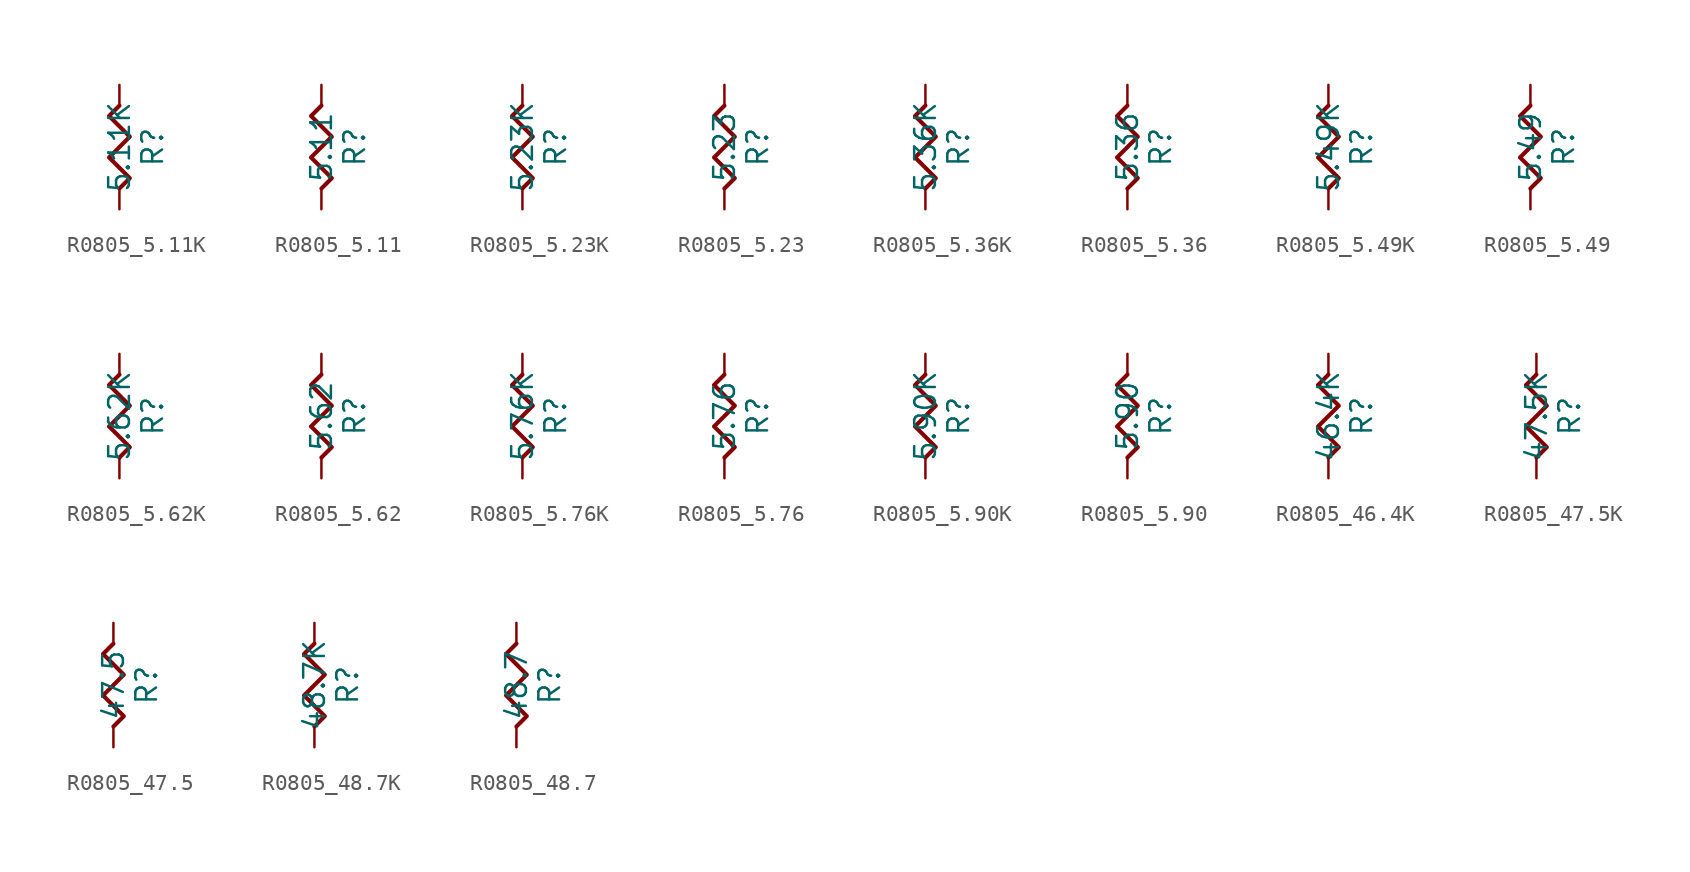
<source format=kicad_sym>
(kicad_symbol_lib
  (version 20211014)
  (generator atlantix-eda)
  (symbol "R0805_5.11K"
    (pin_numbers hide)
    (pin_names
      (offset 0))
    (property "Reference" "R"
      (at 2.032 0 90)
      (effects (font (size 1.27 1.27))))
    (property "Value" "5.11K"
      (at 0 0 90)
      (effects (font (size 1.27 1.27))))
    (symbol "R0805_5.11K_0_1"
      (polyline (pts (xy 0 -2.54) (xy 0.635 -1.905) (xy -0.635 -0.635) (xy 0.635 0.635) (xy -0.635 1.905) (xy 0 2.54)) (stroke (width 0.254) (type default) (color 0 0 0 0)) (fill (type none))))
    (symbol "R0805_5.11K_1_1"
      (pin passive line (at 0 3.81 270) (length 1.27) (name "~" (effects (font (size 1.27 1.27)))) (number "1" (effects (font (size 1.27 1.27)))))
      (pin passive line (at 0 -3.81 90) (length 1.27) (name "~" (effects (font (size 1.27 1.27)))) (number "2" (effects (font (size 1.27 1.27)))))))
  (symbol "R0805_5.11"
    (pin_numbers hide)
    (pin_names
      (offset 0))
    (property "Reference" "R"
      (at 2.032 0 90)
      (effects (font (size 1.27 1.27))))
    (property "Value" "5.11"
      (at 0 0 90)
      (effects (font (size 1.27 1.27))))
    (symbol "R0805_5.11_0_1"
      (polyline (pts (xy 0 -2.54) (xy 0.635 -1.905) (xy -0.635 -0.635) (xy 0.635 0.635) (xy -0.635 1.905) (xy 0 2.54)) (stroke (width 0.254) (type default) (color 0 0 0 0)) (fill (type none))))
    (symbol "R0805_5.11_1_1"
      (pin passive line (at 0 3.81 270) (length 1.27) (name "~" (effects (font (size 1.27 1.27)))) (number "1" (effects (font (size 1.27 1.27)))))
      (pin passive line (at 0 -3.81 90) (length 1.27) (name "~" (effects (font (size 1.27 1.27)))) (number "2" (effects (font (size 1.27 1.27)))))))
  (symbol "R0805_5.23K"
    (pin_numbers hide)
    (pin_names
      (offset 0))
    (property "Reference" "R"
      (at 2.032 0 90)
      (effects (font (size 1.27 1.27))))
    (property "Value" "5.23K"
      (at 0 0 90)
      (effects (font (size 1.27 1.27))))
    (symbol "R0805_5.23K_0_1"
      (polyline (pts (xy 0 -2.54) (xy 0.635 -1.905) (xy -0.635 -0.635) (xy 0.635 0.635) (xy -0.635 1.905) (xy 0 2.54)) (stroke (width 0.254) (type default) (color 0 0 0 0)) (fill (type none))))
    (symbol "R0805_5.23K_1_1"
      (pin passive line (at 0 3.81 270) (length 1.27) (name "~" (effects (font (size 1.27 1.27)))) (number "1" (effects (font (size 1.27 1.27)))))
      (pin passive line (at 0 -3.81 90) (length 1.27) (name "~" (effects (font (size 1.27 1.27)))) (number "2" (effects (font (size 1.27 1.27)))))))
  (symbol "R0805_5.23"
    (pin_numbers hide)
    (pin_names
      (offset 0))
    (property "Reference" "R"
      (at 2.032 0 90)
      (effects (font (size 1.27 1.27))))
    (property "Value" "5.23"
      (at 0 0 90)
      (effects (font (size 1.27 1.27))))
    (symbol "R0805_5.23_0_1"
      (polyline (pts (xy 0 -2.54) (xy 0.635 -1.905) (xy -0.635 -0.635) (xy 0.635 0.635) (xy -0.635 1.905) (xy 0 2.54)) (stroke (width 0.254) (type default) (color 0 0 0 0)) (fill (type none))))
    (symbol "R0805_5.23_1_1"
      (pin passive line (at 0 3.81 270) (length 1.27) (name "~" (effects (font (size 1.27 1.27)))) (number "1" (effects (font (size 1.27 1.27)))))
      (pin passive line (at 0 -3.81 90) (length 1.27) (name "~" (effects (font (size 1.27 1.27)))) (number "2" (effects (font (size 1.27 1.27)))))))
  (symbol "R0805_5.36K"
    (pin_numbers hide)
    (pin_names
      (offset 0))
    (property "Reference" "R"
      (at 2.032 0 90)
      (effects (font (size 1.27 1.27))))
    (property "Value" "5.36K"
      (at 0 0 90)
      (effects (font (size 1.27 1.27))))
    (symbol "R0805_5.36K_0_1"
      (polyline (pts (xy 0 -2.54) (xy 0.635 -1.905) (xy -0.635 -0.635) (xy 0.635 0.635) (xy -0.635 1.905) (xy 0 2.54)) (stroke (width 0.254) (type default) (color 0 0 0 0)) (fill (type none))))
    (symbol "R0805_5.36K_1_1"
      (pin passive line (at 0 3.81 270) (length 1.27) (name "~" (effects (font (size 1.27 1.27)))) (number "1" (effects (font (size 1.27 1.27)))))
      (pin passive line (at 0 -3.81 90) (length 1.27) (name "~" (effects (font (size 1.27 1.27)))) (number "2" (effects (font (size 1.27 1.27)))))))
  (symbol "R0805_5.36"
    (pin_numbers hide)
    (pin_names
      (offset 0))
    (property "Reference" "R"
      (at 2.032 0 90)
      (effects (font (size 1.27 1.27))))
    (property "Value" "5.36"
      (at 0 0 90)
      (effects (font (size 1.27 1.27))))
    (symbol "R0805_5.36_0_1"
      (polyline (pts (xy 0 -2.54) (xy 0.635 -1.905) (xy -0.635 -0.635) (xy 0.635 0.635) (xy -0.635 1.905) (xy 0 2.54)) (stroke (width 0.254) (type default) (color 0 0 0 0)) (fill (type none))))
    (symbol "R0805_5.36_1_1"
      (pin passive line (at 0 3.81 270) (length 1.27) (name "~" (effects (font (size 1.27 1.27)))) (number "1" (effects (font (size 1.27 1.27)))))
      (pin passive line (at 0 -3.81 90) (length 1.27) (name "~" (effects (font (size 1.27 1.27)))) (number "2" (effects (font (size 1.27 1.27)))))))
  (symbol "R0805_5.49K"
    (pin_numbers hide)
    (pin_names
      (offset 0))
    (property "Reference" "R"
      (at 2.032 0 90)
      (effects (font (size 1.27 1.27))))
    (property "Value" "5.49K"
      (at 0 0 90)
      (effects (font (size 1.27 1.27))))
    (symbol "R0805_5.49K_0_1"
      (polyline (pts (xy 0 -2.54) (xy 0.635 -1.905) (xy -0.635 -0.635) (xy 0.635 0.635) (xy -0.635 1.905) (xy 0 2.54)) (stroke (width 0.254) (type default) (color 0 0 0 0)) (fill (type none))))
    (symbol "R0805_5.49K_1_1"
      (pin passive line (at 0 3.81 270) (length 1.27) (name "~" (effects (font (size 1.27 1.27)))) (number "1" (effects (font (size 1.27 1.27)))))
      (pin passive line (at 0 -3.81 90) (length 1.27) (name "~" (effects (font (size 1.27 1.27)))) (number "2" (effects (font (size 1.27 1.27)))))))
  (symbol "R0805_5.49"
    (pin_numbers hide)
    (pin_names
      (offset 0))
    (property "Reference" "R"
      (at 2.032 0 90)
      (effects (font (size 1.27 1.27))))
    (property "Value" "5.49"
      (at 0 0 90)
      (effects (font (size 1.27 1.27))))
    (symbol "R0805_5.49_0_1"
      (polyline (pts (xy 0 -2.54) (xy 0.635 -1.905) (xy -0.635 -0.635) (xy 0.635 0.635) (xy -0.635 1.905) (xy 0 2.54)) (stroke (width 0.254) (type default) (color 0 0 0 0)) (fill (type none))))
    (symbol "R0805_5.49_1_1"
      (pin passive line (at 0 3.81 270) (length 1.27) (name "~" (effects (font (size 1.27 1.27)))) (number "1" (effects (font (size 1.27 1.27)))))
      (pin passive line (at 0 -3.81 90) (length 1.27) (name "~" (effects (font (size 1.27 1.27)))) (number "2" (effects (font (size 1.27 1.27)))))))
  (symbol "R0805_5.62K"
    (pin_numbers hide)
    (pin_names
      (offset 0))
    (property "Reference" "R"
      (at 2.032 0 90)
      (effects (font (size 1.27 1.27))))
    (property "Value" "5.62K"
      (at 0 0 90)
      (effects (font (size 1.27 1.27))))
    (symbol "R0805_5.62K_0_1"
      (polyline (pts (xy 0 -2.54) (xy 0.635 -1.905) (xy -0.635 -0.635) (xy 0.635 0.635) (xy -0.635 1.905) (xy 0 2.54)) (stroke (width 0.254) (type default) (color 0 0 0 0)) (fill (type none))))
    (symbol "R0805_5.62K_1_1"
      (pin passive line (at 0 3.81 270) (length 1.27) (name "~" (effects (font (size 1.27 1.27)))) (number "1" (effects (font (size 1.27 1.27)))))
      (pin passive line (at 0 -3.81 90) (length 1.27) (name "~" (effects (font (size 1.27 1.27)))) (number "2" (effects (font (size 1.27 1.27)))))))
  (symbol "R0805_5.62"
    (pin_numbers hide)
    (pin_names
      (offset 0))
    (property "Reference" "R"
      (at 2.032 0 90)
      (effects (font (size 1.27 1.27))))
    (property "Value" "5.62"
      (at 0 0 90)
      (effects (font (size 1.27 1.27))))
    (symbol "R0805_5.62_0_1"
      (polyline (pts (xy 0 -2.54) (xy 0.635 -1.905) (xy -0.635 -0.635) (xy 0.635 0.635) (xy -0.635 1.905) (xy 0 2.54)) (stroke (width 0.254) (type default) (color 0 0 0 0)) (fill (type none))))
    (symbol "R0805_5.62_1_1"
      (pin passive line (at 0 3.81 270) (length 1.27) (name "~" (effects (font (size 1.27 1.27)))) (number "1" (effects (font (size 1.27 1.27)))))
      (pin passive line (at 0 -3.81 90) (length 1.27) (name "~" (effects (font (size 1.27 1.27)))) (number "2" (effects (font (size 1.27 1.27)))))))
  (symbol "R0805_5.76K"
    (pin_numbers hide)
    (pin_names
      (offset 0))
    (property "Reference" "R"
      (at 2.032 0 90)
      (effects (font (size 1.27 1.27))))
    (property "Value" "5.76K"
      (at 0 0 90)
      (effects (font (size 1.27 1.27))))
    (symbol "R0805_5.76K_0_1"
      (polyline (pts (xy 0 -2.54) (xy 0.635 -1.905) (xy -0.635 -0.635) (xy 0.635 0.635) (xy -0.635 1.905) (xy 0 2.54)) (stroke (width 0.254) (type default) (color 0 0 0 0)) (fill (type none))))
    (symbol "R0805_5.76K_1_1"
      (pin passive line (at 0 3.81 270) (length 1.27) (name "~" (effects (font (size 1.27 1.27)))) (number "1" (effects (font (size 1.27 1.27)))))
      (pin passive line (at 0 -3.81 90) (length 1.27) (name "~" (effects (font (size 1.27 1.27)))) (number "2" (effects (font (size 1.27 1.27)))))))
  (symbol "R0805_5.76"
    (pin_numbers hide)
    (pin_names
      (offset 0))
    (property "Reference" "R"
      (at 2.032 0 90)
      (effects (font (size 1.27 1.27))))
    (property "Value" "5.76"
      (at 0 0 90)
      (effects (font (size 1.27 1.27))))
    (symbol "R0805_5.76_0_1"
      (polyline (pts (xy 0 -2.54) (xy 0.635 -1.905) (xy -0.635 -0.635) (xy 0.635 0.635) (xy -0.635 1.905) (xy 0 2.54)) (stroke (width 0.254) (type default) (color 0 0 0 0)) (fill (type none))))
    (symbol "R0805_5.76_1_1"
      (pin passive line (at 0 3.81 270) (length 1.27) (name "~" (effects (font (size 1.27 1.27)))) (number "1" (effects (font (size 1.27 1.27)))))
      (pin passive line (at 0 -3.81 90) (length 1.27) (name "~" (effects (font (size 1.27 1.27)))) (number "2" (effects (font (size 1.27 1.27)))))))
  (symbol "R0805_5.90K"
    (pin_numbers hide)
    (pin_names
      (offset 0))
    (property "Reference" "R"
      (at 2.032 0 90)
      (effects (font (size 1.27 1.27))))
    (property "Value" "5.90K"
      (at 0 0 90)
      (effects (font (size 1.27 1.27))))
    (symbol "R0805_5.90K_0_1"
      (polyline (pts (xy 0 -2.54) (xy 0.635 -1.905) (xy -0.635 -0.635) (xy 0.635 0.635) (xy -0.635 1.905) (xy 0 2.54)) (stroke (width 0.254) (type default) (color 0 0 0 0)) (fill (type none))))
    (symbol "R0805_5.90K_1_1"
      (pin passive line (at 0 3.81 270) (length 1.27) (name "~" (effects (font (size 1.27 1.27)))) (number "1" (effects (font (size 1.27 1.27)))))
      (pin passive line (at 0 -3.81 90) (length 1.27) (name "~" (effects (font (size 1.27 1.27)))) (number "2" (effects (font (size 1.27 1.27)))))))
  (symbol "R0805_5.90"
    (pin_numbers hide)
    (pin_names
      (offset 0))
    (property "Reference" "R"
      (at 2.032 0 90)
      (effects (font (size 1.27 1.27))))
    (property "Value" "5.90"
      (at 0 0 90)
      (effects (font (size 1.27 1.27))))
    (symbol "R0805_5.90_0_1"
      (polyline (pts (xy 0 -2.54) (xy 0.635 -1.905) (xy -0.635 -0.635) (xy 0.635 0.635) (xy -0.635 1.905) (xy 0 2.54)) (stroke (width 0.254) (type default) (color 0 0 0 0)) (fill (type none))))
    (symbol "R0805_5.90_1_1"
      (pin passive line (at 0 3.81 270) (length 1.27) (name "~" (effects (font (size 1.27 1.27)))) (number "1" (effects (font (size 1.27 1.27)))))
      (pin passive line (at 0 -3.81 90) (length 1.27) (name "~" (effects (font (size 1.27 1.27)))) (number "2" (effects (font (size 1.27 1.27)))))))
  (symbol "R0805_46.4K"
    (pin_numbers hide)
    (pin_names
      (offset 0))
    (property "Reference" "R"
      (at 2.032 0 90)
      (effects (font (size 1.27 1.27))))
    (property "Value" "46.4K"
      (at 0 0 90)
      (effects (font (size 1.27 1.27))))
    (symbol "R0805_46.4K_0_1"
      (polyline (pts (xy 0 -2.54) (xy 0.635 -1.905) (xy -0.635 -0.635) (xy 0.635 0.635) (xy -0.635 1.905) (xy 0 2.54)) (stroke (width 0.254) (type default) (color 0 0 0 0)) (fill (type none))))
    (symbol "R0805_46.4K_1_1"
      (pin passive line (at 0 3.81 270) (length 1.27) (name "~" (effects (font (size 1.27 1.27)))) (number "1" (effects (font (size 1.27 1.27)))))
      (pin passive line (at 0 -3.81 90) (length 1.27) (name "~" (effects (font (size 1.27 1.27)))) (number "2" (effects (font (size 1.27 1.27)))))))
  (symbol "R0805_47.5K"
    (pin_numbers hide)
    (pin_names
      (offset 0))
    (property "Reference" "R"
      (at 2.032 0 90)
      (effects (font (size 1.27 1.27))))
    (property "Value" "47.5K"
      (at 0 0 90)
      (effects (font (size 1.27 1.27))))
    (symbol "R0805_47.5K_0_1"
      (polyline (pts (xy 0 -2.54) (xy 0.635 -1.905) (xy -0.635 -0.635) (xy 0.635 0.635) (xy -0.635 1.905) (xy 0 2.54)) (stroke (width 0.254) (type default) (color 0 0 0 0)) (fill (type none))))
    (symbol "R0805_47.5K_1_1"
      (pin passive line (at 0 3.81 270) (length 1.27) (name "~" (effects (font (size 1.27 1.27)))) (number "1" (effects (font (size 1.27 1.27)))))
      (pin passive line (at 0 -3.81 90) (length 1.27) (name "~" (effects (font (size 1.27 1.27)))) (number "2" (effects (font (size 1.27 1.27)))))))
  (symbol "R0805_47.5"
    (pin_numbers hide)
    (pin_names
      (offset 0))
    (property "Reference" "R"
      (at 2.032 0 90)
      (effects (font (size 1.27 1.27))))
    (property "Value" "47.5"
      (at 0 0 90)
      (effects (font (size 1.27 1.27))))
    (symbol "R0805_47.5_0_1"
      (polyline (pts (xy 0 -2.54) (xy 0.635 -1.905) (xy -0.635 -0.635) (xy 0.635 0.635) (xy -0.635 1.905) (xy 0 2.54)) (stroke (width 0.254) (type default) (color 0 0 0 0)) (fill (type none))))
    (symbol "R0805_47.5_1_1"
      (pin passive line (at 0 3.81 270) (length 1.27) (name "~" (effects (font (size 1.27 1.27)))) (number "1" (effects (font (size 1.27 1.27)))))
      (pin passive line (at 0 -3.81 90) (length 1.27) (name "~" (effects (font (size 1.27 1.27)))) (number "2" (effects (font (size 1.27 1.27)))))))
  (symbol "R0805_48.7K"
    (pin_numbers hide)
    (pin_names
      (offset 0))
    (property "Reference" "R"
      (at 2.032 0 90)
      (effects (font (size 1.27 1.27))))
    (property "Value" "48.7K"
      (at 0 0 90)
      (effects (font (size 1.27 1.27))))
    (symbol "R0805_48.7K_0_1"
      (polyline (pts (xy 0 -2.54) (xy 0.635 -1.905) (xy -0.635 -0.635) (xy 0.635 0.635) (xy -0.635 1.905) (xy 0 2.54)) (stroke (width 0.254) (type default) (color 0 0 0 0)) (fill (type none))))
    (symbol "R0805_48.7K_1_1"
      (pin passive line (at 0 3.81 270) (length 1.27) (name "~" (effects (font (size 1.27 1.27)))) (number "1" (effects (font (size 1.27 1.27)))))
      (pin passive line (at 0 -3.81 90) (length 1.27) (name "~" (effects (font (size 1.27 1.27)))) (number "2" (effects (font (size 1.27 1.27)))))))
  (symbol "R0805_48.7"
    (pin_numbers hide)
    (pin_names
      (offset 0))
    (property "Reference" "R"
      (at 2.032 0 90)
      (effects (font (size 1.27 1.27))))
    (property "Value" "48.7"
      (at 0 0 90)
      (effects (font (size 1.27 1.27))))
    (symbol "R0805_48.7_0_1"
      (polyline (pts (xy 0 -2.54) (xy 0.635 -1.905) (xy -0.635 -0.635) (xy 0.635 0.635) (xy -0.635 1.905) (xy 0 2.54)) (stroke (width 0.254) (type default) (color 0 0 0 0)) (fill (type none))))
    (symbol "R0805_48.7_1_1"
      (pin passive line (at 0 3.81 270) (length 1.27) (name "~" (effects (font (size 1.27 1.27)))) (number "1" (effects (font (size 1.27 1.27)))))
      (pin passive line (at 0 -3.81 90) (length 1.27) (name "~" (effects (font (size 1.27 1.27)))) (number "2" (effects (font (size 1.27 1.27))))))))
</source>
